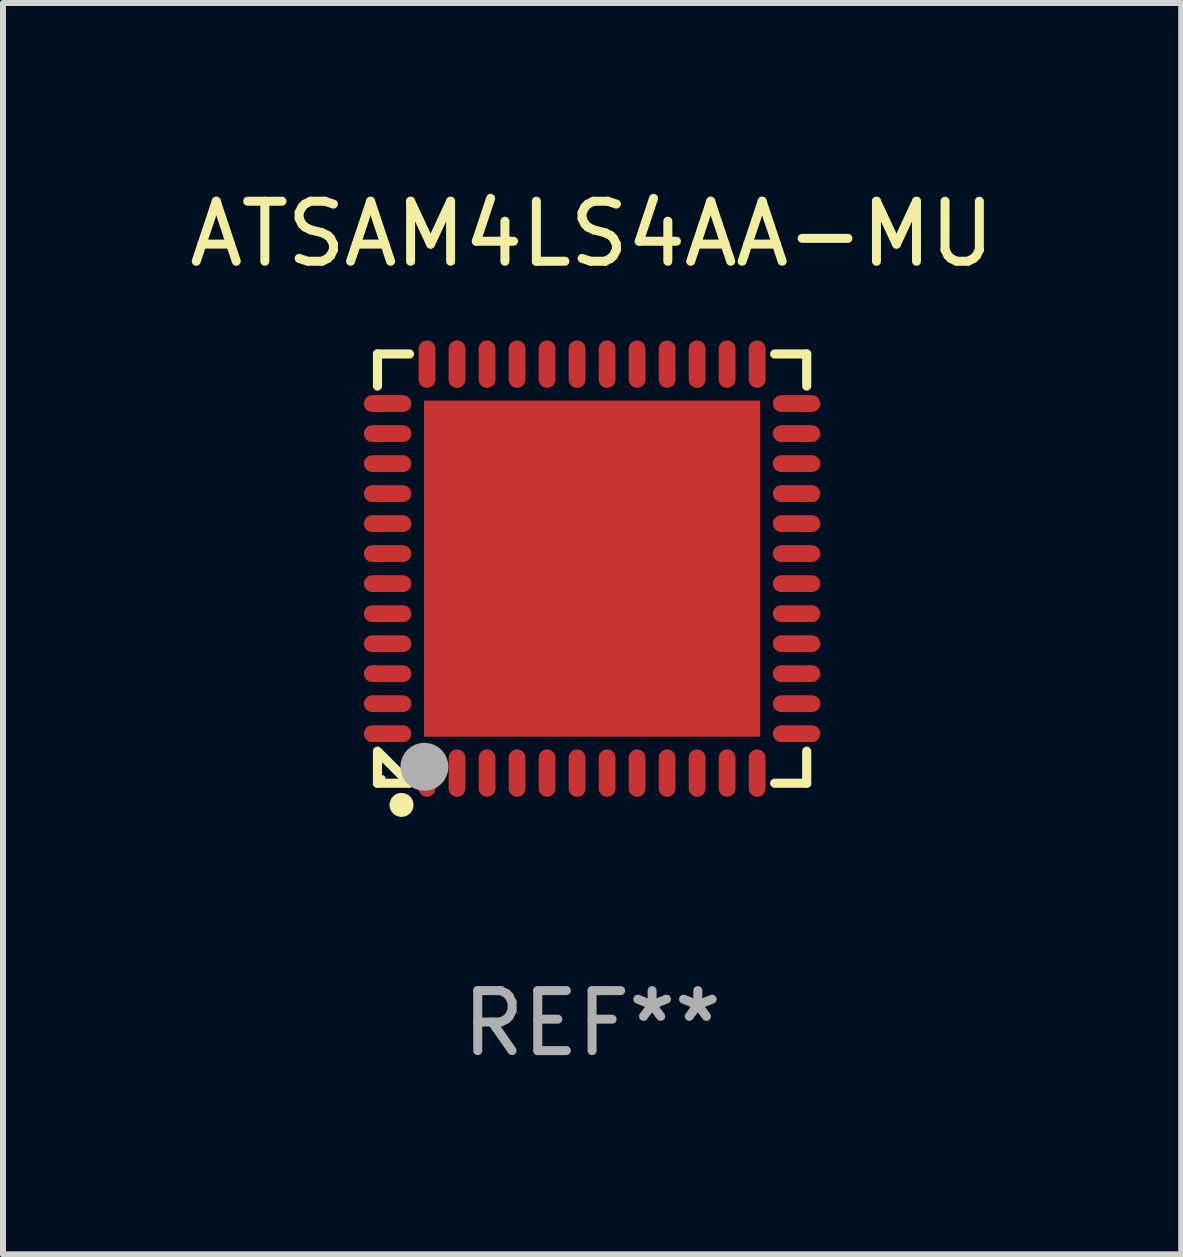
<source format=kicad_pcb>
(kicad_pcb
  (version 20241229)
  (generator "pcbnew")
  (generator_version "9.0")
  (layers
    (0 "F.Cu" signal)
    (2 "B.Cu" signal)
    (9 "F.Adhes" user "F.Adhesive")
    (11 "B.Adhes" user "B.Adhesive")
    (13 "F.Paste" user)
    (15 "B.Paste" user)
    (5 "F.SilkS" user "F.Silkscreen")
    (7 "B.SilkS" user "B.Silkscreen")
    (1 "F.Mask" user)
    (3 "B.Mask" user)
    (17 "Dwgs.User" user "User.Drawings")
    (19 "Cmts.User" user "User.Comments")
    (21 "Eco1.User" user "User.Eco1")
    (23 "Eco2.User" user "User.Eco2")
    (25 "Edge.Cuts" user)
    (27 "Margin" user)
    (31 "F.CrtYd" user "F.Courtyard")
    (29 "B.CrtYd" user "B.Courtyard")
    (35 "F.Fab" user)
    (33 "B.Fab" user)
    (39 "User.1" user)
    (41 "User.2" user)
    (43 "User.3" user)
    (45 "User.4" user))
  (footprint "ATSAM4LS4AA-MU"
    (layer "F.Cu")
    (at 6.815 6.424)
    (property "Reference" "ATSAM4LS4AA-MU" (at 0 -5.576 0) (layer "F.SilkS") (effects (font (size 1 1) (thickness 0.15))))
    (attr through_hole)
    (fp_line (start -3.576 -3.576) (end -3.576 -3.042) (stroke (width 0.152) (type solid)) (layer "F.SilkS"))
    (fp_line (start -3.576 3.576) (end -3.576 3.042) (stroke (width 0.152) (type solid)) (layer "F.SilkS"))
    (fp_line (start -3.069 3.549) (end -3.549 3.069) (stroke (width 0.152) (type solid)) (layer "F.SilkS"))
    (fp_line (start -3.042 -3.576) (end -3.576 -3.576) (stroke (width 0.152) (type solid)) (layer "F.SilkS"))
    (fp_line (start -3.042 3.576) (end -3.576 3.576) (stroke (width 0.152) (type solid)) (layer "F.SilkS"))
    (fp_line (start 3.042 -3.576) (end 3.576 -3.576) (stroke (width 0.152) (type solid)) (layer "F.SilkS"))
    (fp_line (start 3.042 3.576) (end 3.576 3.576) (stroke (width 0.152) (type solid)) (layer "F.SilkS"))
    (fp_line (start 3.576 -3.576) (end 3.576 -3.042) (stroke (width 0.152) (type solid)) (layer "F.SilkS"))
    (fp_line (start 3.576 3.576) (end 3.576 3.042) (stroke (width 0.152) (type solid)) (layer "F.SilkS"))
    (fp_circle (center -3.5 3.5) (end -3.47 3.5) (stroke (width 0.06) (type solid)) (fill no) (layer "F.SilkS"))
    (fp_circle (center -3.175 3.937) (end -3.075 3.937) (stroke (width 0.2) (type solid)) (fill no) (layer "F.SilkS"))
    (fp_circle (center -2.794 3.302) (end -2.594 3.302) (stroke (width 0.4) (type solid)) (fill no) (layer "F.Fab"))
    (fp_text user "REF**" (at 0 7.576 0) (layer "F.Fab") (effects (font (size 1 1) (thickness 0.15))))
    (pad "1" smd oval (at -2.75 3.407) (size 0.28 0.79) (layers "F.Cu" "F.Mask" "F.Paste"))
    (pad "2" smd oval (at -2.25 3.407) (size 0.28 0.79) (layers "F.Cu" "F.Mask" "F.Paste"))
    (pad "3" smd oval (at -1.75 3.407) (size 0.28 0.79) (layers "F.Cu" "F.Mask" "F.Paste"))
    (pad "4" smd oval (at -1.25 3.407) (size 0.28 0.79) (layers "F.Cu" "F.Mask" "F.Paste"))
    (pad "5" smd oval (at -0.75 3.407) (size 0.28 0.79) (layers "F.Cu" "F.Mask" "F.Paste"))
    (pad "6" smd oval (at -0.25 3.407) (size 0.28 0.79) (layers "F.Cu" "F.Mask" "F.Paste"))
    (pad "7" smd oval (at 0.25 3.407) (size 0.28 0.79) (layers "F.Cu" "F.Mask" "F.Paste"))
    (pad "8" smd oval (at 0.75 3.407) (size 0.28 0.79) (layers "F.Cu" "F.Mask" "F.Paste"))
    (pad "9" smd oval (at 1.25 3.407) (size 0.28 0.79) (layers "F.Cu" "F.Mask" "F.Paste"))
    (pad "10" smd oval (at 1.75 3.407) (size 0.28 0.79) (layers "F.Cu" "F.Mask" "F.Paste"))
    (pad "11" smd oval (at 2.25 3.407) (size 0.28 0.79) (layers "F.Cu" "F.Mask" "F.Paste"))
    (pad "12" smd oval (at 2.75 3.407) (size 0.28 0.79) (layers "F.Cu" "F.Mask" "F.Paste"))
    (pad "13" smd oval (at 3.407 2.75) (size 0.79 0.28) (layers "F.Cu" "F.Mask" "F.Paste"))
    (pad "14" smd oval (at 3.407 2.25) (size 0.79 0.28) (layers "F.Cu" "F.Mask" "F.Paste"))
    (pad "15" smd oval (at 3.407 1.75) (size 0.79 0.28) (layers "F.Cu" "F.Mask" "F.Paste"))
    (pad "16" smd oval (at 3.407 1.25) (size 0.79 0.28) (layers "F.Cu" "F.Mask" "F.Paste"))
    (pad "17" smd oval (at 3.407 0.75) (size 0.79 0.28) (layers "F.Cu" "F.Mask" "F.Paste"))
    (pad "18" smd oval (at 3.407 0.25) (size 0.79 0.28) (layers "F.Cu" "F.Mask" "F.Paste"))
    (pad "19" smd oval (at 3.407 -0.25) (size 0.79 0.28) (layers "F.Cu" "F.Mask" "F.Paste"))
    (pad "20" smd oval (at 3.407 -0.75) (size 0.79 0.28) (layers "F.Cu" "F.Mask" "F.Paste"))
    (pad "21" smd oval (at 3.407 -1.25) (size 0.79 0.28) (layers "F.Cu" "F.Mask" "F.Paste"))
    (pad "22" smd oval (at 3.407 -1.75) (size 0.79 0.28) (layers "F.Cu" "F.Mask" "F.Paste"))
    (pad "23" smd oval (at 3.407 -2.25) (size 0.79 0.28) (layers "F.Cu" "F.Mask" "F.Paste"))
    (pad "24" smd oval (at 3.407 -2.75) (size 0.79 0.28) (layers "F.Cu" "F.Mask" "F.Paste"))
    (pad "25" smd oval (at 2.75 -3.407) (size 0.28 0.79) (layers "F.Cu" "F.Mask" "F.Paste"))
    (pad "26" smd oval (at 2.25 -3.407) (size 0.28 0.79) (layers "F.Cu" "F.Mask" "F.Paste"))
    (pad "27" smd oval (at 1.75 -3.407) (size 0.28 0.79) (layers "F.Cu" "F.Mask" "F.Paste"))
    (pad "28" smd oval (at 1.25 -3.407) (size 0.28 0.79) (layers "F.Cu" "F.Mask" "F.Paste"))
    (pad "29" smd oval (at 0.75 -3.407) (size 0.28 0.79) (layers "F.Cu" "F.Mask" "F.Paste"))
    (pad "30" smd oval (at 0.25 -3.407) (size 0.28 0.79) (layers "F.Cu" "F.Mask" "F.Paste"))
    (pad "31" smd oval (at -0.25 -3.407) (size 0.28 0.79) (layers "F.Cu" "F.Mask" "F.Paste"))
    (pad "32" smd oval (at -0.75 -3.407) (size 0.28 0.79) (layers "F.Cu" "F.Mask" "F.Paste"))
    (pad "33" smd oval (at -1.25 -3.407) (size 0.28 0.79) (layers "F.Cu" "F.Mask" "F.Paste"))
    (pad "34" smd oval (at -1.75 -3.407) (size 0.28 0.79) (layers "F.Cu" "F.Mask" "F.Paste"))
    (pad "35" smd oval (at -2.25 -3.407) (size 0.28 0.79) (layers "F.Cu" "F.Mask" "F.Paste"))
    (pad "36" smd oval (at -2.75 -3.407) (size 0.28 0.79) (layers "F.Cu" "F.Mask" "F.Paste"))
    (pad "37" smd oval (at -3.407 -2.75) (size 0.79 0.28) (layers "F.Cu" "F.Mask" "F.Paste"))
    (pad "38" smd oval (at -3.407 -2.25) (size 0.79 0.28) (layers "F.Cu" "F.Mask" "F.Paste"))
    (pad "39" smd oval (at -3.407 -1.75) (size 0.79 0.28) (layers "F.Cu" "F.Mask" "F.Paste"))
    (pad "40" smd oval (at -3.407 -1.25) (size 0.79 0.28) (layers "F.Cu" "F.Mask" "F.Paste"))
    (pad "41" smd oval (at -3.407 -0.75) (size 0.79 0.28) (layers "F.Cu" "F.Mask" "F.Paste"))
    (pad "42" smd oval (at -3.407 -0.25) (size 0.79 0.28) (layers "F.Cu" "F.Mask" "F.Paste"))
    (pad "43" smd oval (at -3.407 0.25) (size 0.79 0.28) (layers "F.Cu" "F.Mask" "F.Paste"))
    (pad "44" smd oval (at -3.407 0.75) (size 0.79 0.28) (layers "F.Cu" "F.Mask" "F.Paste"))
    (pad "45" smd oval (at -3.407 1.25) (size 0.79 0.28) (layers "F.Cu" "F.Mask" "F.Paste"))
    (pad "46" smd oval (at -3.407 1.75) (size 0.79 0.28) (layers "F.Cu" "F.Mask" "F.Paste"))
    (pad "47" smd oval (at -3.407 2.25) (size 0.79 0.28) (layers "F.Cu" "F.Mask" "F.Paste"))
    (pad "48" smd oval (at -3.407 2.75) (size 0.79 0.28) (layers "F.Cu" "F.Mask" "F.Paste"))
    (pad "49" smd rect (at 0 0) (size 5.6 5.6) (layers "F.Cu" "F.Mask" "F.Paste")))
  (gr_rect
    (start -3 -3)
    (end 16.631 17.849)
    (stroke (width 0.1) (type default))
    (fill no)
    (layer "Edge.Cuts")))
</source>
